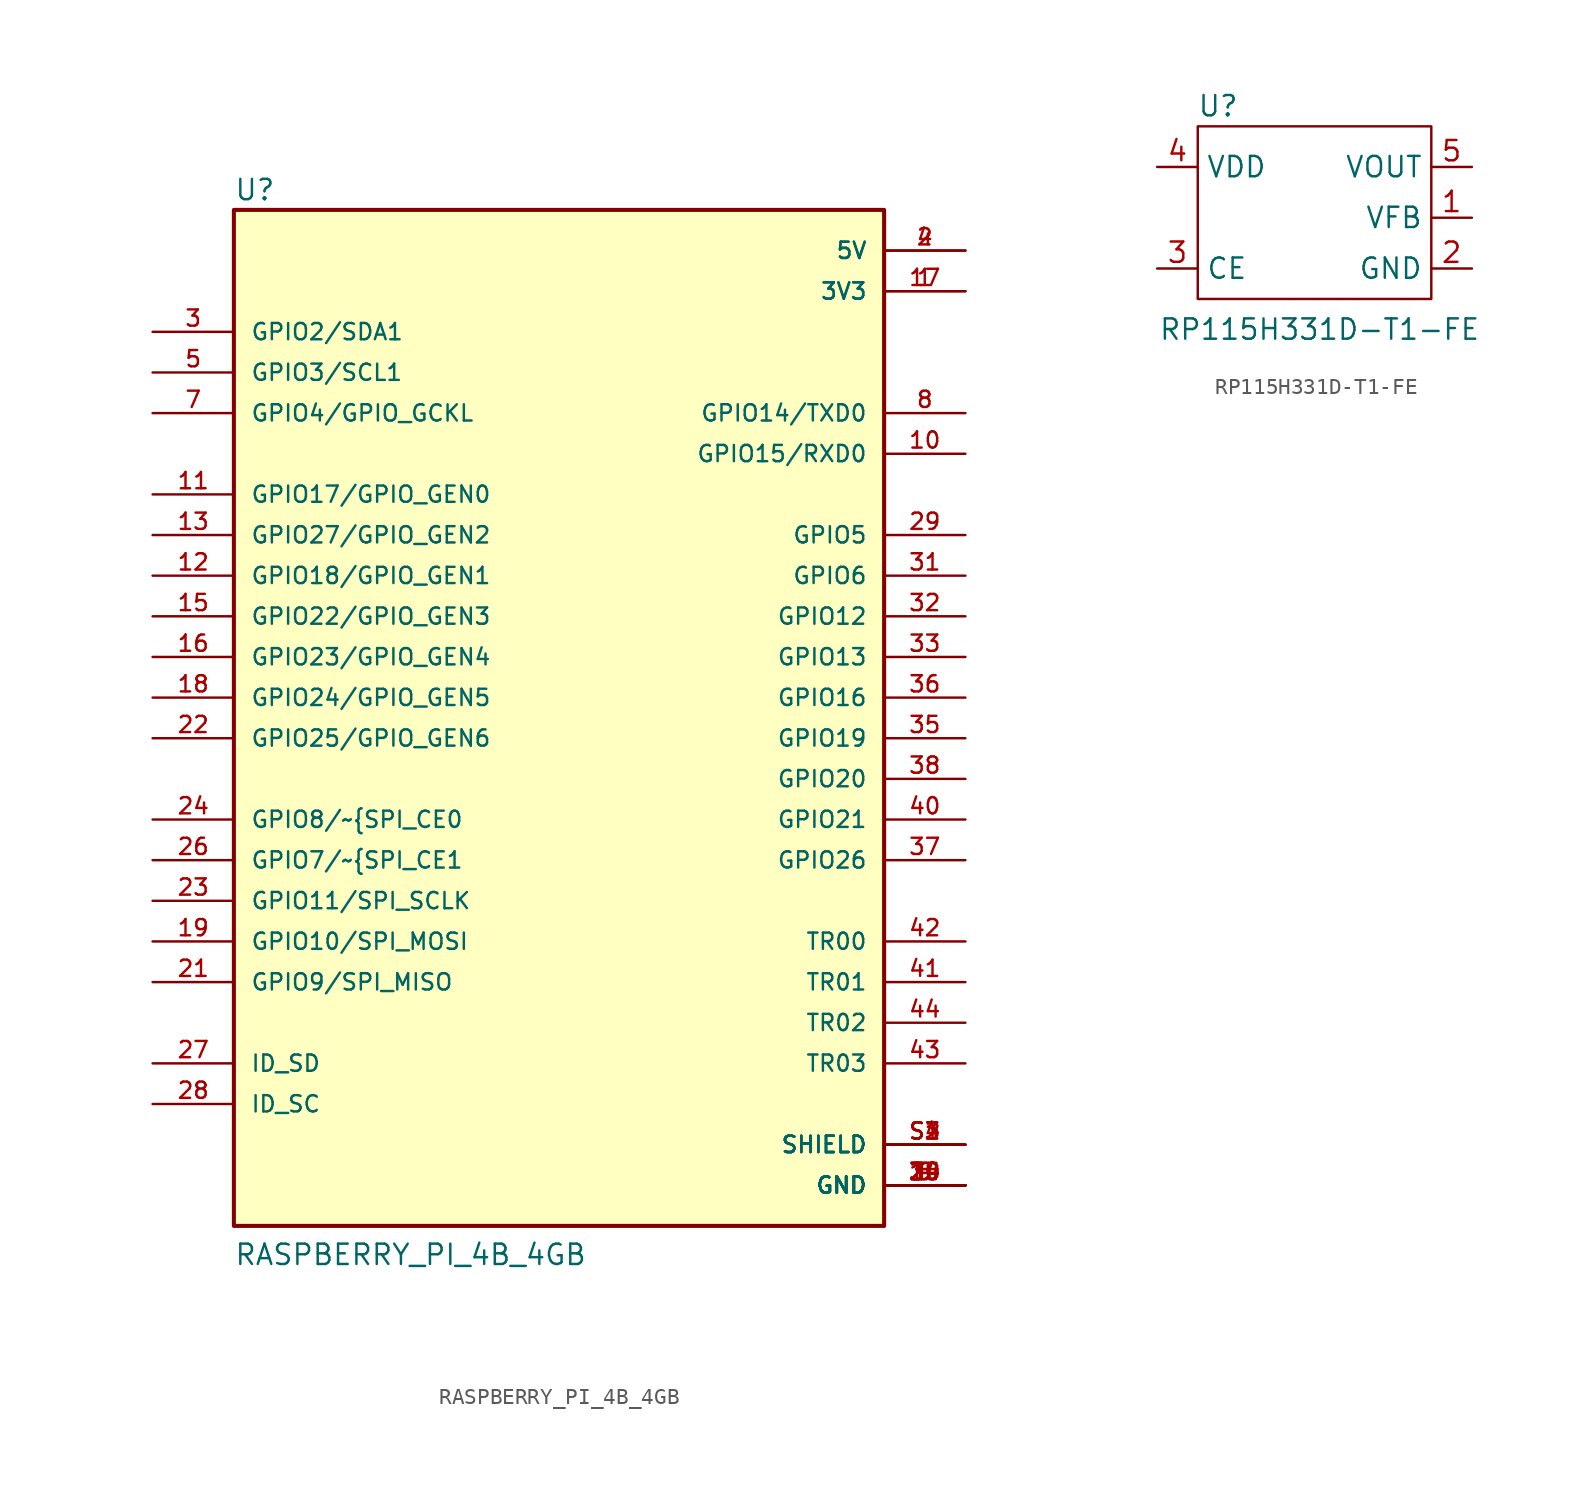
<source format=kicad_sym>
(kicad_symbol_lib
  (version 20211014)
  (generator kicad_symbol_editor)
  (symbol "RASPBERRY_PI_4B_4GB"
    (pin_names
      (offset 1.016))
    (property "Reference" "U"
      (at -20.32 33.528 0)
      (effects (font (size 1.27 1.27)) (justify left bottom)))
    (property "Value" "RASPBERRY_PI_4B_4GB"
      (at -20.32 -33.02 0)
      (effects (font (size 1.27 1.27)) (justify left bottom)))
    (symbol "RASPBERRY_PI_4B_4GB_0_0"
      (rectangle (start -20.32 -30.48) (end 20.32 33.02) (stroke (width 0.254) (type default) (color 0 0 0 0)) (fill (type background)))
      (pin power_in line (at 25.4 27.94 180) (length 5.08) (name "3V3" (effects (font (size 1.016 1.016)))) (number "1" (effects (font (size 1.016 1.016)))))
      (pin bidirectional line (at 25.4 17.78 180) (length 5.08) (name "GPIO15/RXD0" (effects (font (size 1.016 1.016)))) (number "10" (effects (font (size 1.016 1.016)))))
      (pin bidirectional line (at -25.4 15.24 0) (length 5.08) (name "GPIO17/GPIO_GEN0" (effects (font (size 1.016 1.016)))) (number "11" (effects (font (size 1.016 1.016)))))
      (pin bidirectional line (at -25.4 10.16 0) (length 5.08) (name "GPIO18/GPIO_GEN1" (effects (font (size 1.016 1.016)))) (number "12" (effects (font (size 1.016 1.016)))))
      (pin bidirectional line (at -25.4 12.7 0) (length 5.08) (name "GPIO27/GPIO_GEN2" (effects (font (size 1.016 1.016)))) (number "13" (effects (font (size 1.016 1.016)))))
      (pin power_in line (at 25.4 -27.94 180) (length 5.08) (name "GND" (effects (font (size 1.016 1.016)))) (number "14" (effects (font (size 1.016 1.016)))))
      (pin bidirectional line (at -25.4 7.62 0) (length 5.08) (name "GPIO22/GPIO_GEN3" (effects (font (size 1.016 1.016)))) (number "15" (effects (font (size 1.016 1.016)))))
      (pin bidirectional line (at -25.4 5.08 0) (length 5.08) (name "GPIO23/GPIO_GEN4" (effects (font (size 1.016 1.016)))) (number "16" (effects (font (size 1.016 1.016)))))
      (pin power_in line (at 25.4 27.94 180) (length 5.08) (name "3V3" (effects (font (size 1.016 1.016)))) (number "17" (effects (font (size 1.016 1.016)))))
      (pin bidirectional line (at -25.4 2.54 0) (length 5.08) (name "GPIO24/GPIO_GEN5" (effects (font (size 1.016 1.016)))) (number "18" (effects (font (size 1.016 1.016)))))
      (pin bidirectional line (at -25.4 -12.7 0) (length 5.08) (name "GPIO10/SPI_MOSI" (effects (font (size 1.016 1.016)))) (number "19" (effects (font (size 1.016 1.016)))))
      (pin power_in line (at 25.4 30.48 180) (length 5.08) (name "5V" (effects (font (size 1.016 1.016)))) (number "2" (effects (font (size 1.016 1.016)))))
      (pin power_in line (at 25.4 -27.94 180) (length 5.08) (name "GND" (effects (font (size 1.016 1.016)))) (number "20" (effects (font (size 1.016 1.016)))))
      (pin bidirectional line (at -25.4 -15.24 0) (length 5.08) (name "GPIO9/SPI_MISO" (effects (font (size 1.016 1.016)))) (number "21" (effects (font (size 1.016 1.016)))))
      (pin bidirectional line (at -25.4 0 0) (length 5.08) (name "GPIO25/GPIO_GEN6" (effects (font (size 1.016 1.016)))) (number "22" (effects (font (size 1.016 1.016)))))
      (pin bidirectional line (at -25.4 -10.16 0) (length 5.08) (name "GPIO11/SPI_SCLK" (effects (font (size 1.016 1.016)))) (number "23" (effects (font (size 1.016 1.016)))))
      (pin bidirectional line (at -25.4 -5.08 0) (length 5.08) (name "GPIO8/~{SPI_CE0~{}" (effects (font (size 1.016 1.016)))) (number "24" (effects (font (size 1.016 1.016)))))
      (pin power_in line (at 25.4 -27.94 180) (length 5.08) (name "GND" (effects (font (size 1.016 1.016)))) (number "25" (effects (font (size 1.016 1.016)))))
      (pin bidirectional line (at -25.4 -7.62 0) (length 5.08) (name "GPIO7/~{SPI_CE1~{}" (effects (font (size 1.016 1.016)))) (number "26" (effects (font (size 1.016 1.016)))))
      (pin bidirectional line (at -25.4 -20.32 0) (length 5.08) (name "ID_SD" (effects (font (size 1.016 1.016)))) (number "27" (effects (font (size 1.016 1.016)))))
      (pin bidirectional line (at -25.4 -22.86 0) (length 5.08) (name "ID_SC" (effects (font (size 1.016 1.016)))) (number "28" (effects (font (size 1.016 1.016)))))
      (pin bidirectional line (at 25.4 12.7 180) (length 5.08) (name "GPIO5" (effects (font (size 1.016 1.016)))) (number "29" (effects (font (size 1.016 1.016)))))
      (pin bidirectional line (at -25.4 25.4 0) (length 5.08) (name "GPIO2/SDA1" (effects (font (size 1.016 1.016)))) (number "3" (effects (font (size 1.016 1.016)))))
      (pin power_in line (at 25.4 -27.94 180) (length 5.08) (name "GND" (effects (font (size 1.016 1.016)))) (number "30" (effects (font (size 1.016 1.016)))))
      (pin bidirectional line (at 25.4 10.16 180) (length 5.08) (name "GPIO6" (effects (font (size 1.016 1.016)))) (number "31" (effects (font (size 1.016 1.016)))))
      (pin bidirectional line (at 25.4 7.62 180) (length 5.08) (name "GPIO12" (effects (font (size 1.016 1.016)))) (number "32" (effects (font (size 1.016 1.016)))))
      (pin bidirectional line (at 25.4 5.08 180) (length 5.08) (name "GPIO13" (effects (font (size 1.016 1.016)))) (number "33" (effects (font (size 1.016 1.016)))))
      (pin power_in line (at 25.4 -27.94 180) (length 5.08) (name "GND" (effects (font (size 1.016 1.016)))) (number "34" (effects (font (size 1.016 1.016)))))
      (pin bidirectional line (at 25.4 0 180) (length 5.08) (name "GPIO19" (effects (font (size 1.016 1.016)))) (number "35" (effects (font (size 1.016 1.016)))))
      (pin bidirectional line (at 25.4 2.54 180) (length 5.08) (name "GPIO16" (effects (font (size 1.016 1.016)))) (number "36" (effects (font (size 1.016 1.016)))))
      (pin bidirectional line (at 25.4 -7.62 180) (length 5.08) (name "GPIO26" (effects (font (size 1.016 1.016)))) (number "37" (effects (font (size 1.016 1.016)))))
      (pin bidirectional line (at 25.4 -2.54 180) (length 5.08) (name "GPIO20" (effects (font (size 1.016 1.016)))) (number "38" (effects (font (size 1.016 1.016)))))
      (pin power_in line (at 25.4 -27.94 180) (length 5.08) (name "GND" (effects (font (size 1.016 1.016)))) (number "39" (effects (font (size 1.016 1.016)))))
      (pin power_in line (at 25.4 30.48 180) (length 5.08) (name "5V" (effects (font (size 1.016 1.016)))) (number "4" (effects (font (size 1.016 1.016)))))
      (pin bidirectional line (at 25.4 -5.08 180) (length 5.08) (name "GPIO21" (effects (font (size 1.016 1.016)))) (number "40" (effects (font (size 1.016 1.016)))))
      (pin bidirectional line (at 25.4 -15.24 180) (length 5.08) (name "TR01" (effects (font (size 1.016 1.016)))) (number "41" (effects (font (size 1.016 1.016)))))
      (pin bidirectional line (at 25.4 -12.7 180) (length 5.08) (name "TR00" (effects (font (size 1.016 1.016)))) (number "42" (effects (font (size 1.016 1.016)))))
      (pin bidirectional line (at 25.4 -20.32 180) (length 5.08) (name "TR03" (effects (font (size 1.016 1.016)))) (number "43" (effects (font (size 1.016 1.016)))))
      (pin bidirectional line (at 25.4 -17.78 180) (length 5.08) (name "TR02" (effects (font (size 1.016 1.016)))) (number "44" (effects (font (size 1.016 1.016)))))
      (pin bidirectional line (at -25.4 22.86 0) (length 5.08) (name "GPIO3/SCL1" (effects (font (size 1.016 1.016)))) (number "5" (effects (font (size 1.016 1.016)))))
      (pin power_in line (at 25.4 -27.94 180) (length 5.08) (name "GND" (effects (font (size 1.016 1.016)))) (number "6" (effects (font (size 1.016 1.016)))))
      (pin bidirectional line (at -25.4 20.32 0) (length 5.08) (name "GPIO4/GPIO_GCKL" (effects (font (size 1.016 1.016)))) (number "7" (effects (font (size 1.016 1.016)))))
      (pin bidirectional line (at 25.4 20.32 180) (length 5.08) (name "GPIO14/TXD0" (effects (font (size 1.016 1.016)))) (number "8" (effects (font (size 1.016 1.016)))))
      (pin power_in line (at 25.4 -27.94 180) (length 5.08) (name "GND" (effects (font (size 1.016 1.016)))) (number "9" (effects (font (size 1.016 1.016)))))
      (pin power_in line (at 25.4 -25.4 180) (length 5.08) (name "SHIELD" (effects (font (size 1.016 1.016)))) (number "S1" (effects (font (size 1.016 1.016)))))
      (pin power_in line (at 25.4 -25.4 180) (length 5.08) (name "SHIELD" (effects (font (size 1.016 1.016)))) (number "S2" (effects (font (size 1.016 1.016)))))
      (pin power_in line (at 25.4 -25.4 180) (length 5.08) (name "SHIELD" (effects (font (size 1.016 1.016)))) (number "S3" (effects (font (size 1.016 1.016)))))
      (pin power_in line (at 25.4 -25.4 180) (length 5.08) (name "SHIELD" (effects (font (size 1.016 1.016)))) (number "S4" (effects (font (size 1.016 1.016)))))))
  (symbol "RP115H331D-T1-FE"
    (property "Reference" "U"
      (at -6.35 6.985 0)
      (effects (font (size 1.27 1.27))))
    (property "Value" "RP115H331D-T1-FE"
      (at 0 -6.985 0)
      (effects (font (size 1.27 1.27))))
    (symbol "RP115H331D-T1-FE_0_1"
      (rectangle (start -7.62 5.715) (end 6.985 -5.08) (stroke (width 0) (type default) (color 0 0 0 0)) (fill (type none))))
    (symbol "RP115H331D-T1-FE_1_1"
      (pin bidirectional line (at 9.525 0 180) (length 2.54) (name "VFB" (effects (font (size 1.27 1.27)))) (number "1" (effects (font (size 1.27 1.27)))))
      (pin bidirectional line (at 9.525 -3.175 180) (length 2.54) (name "GND" (effects (font (size 1.27 1.27)))) (number "2" (effects (font (size 1.27 1.27)))))
      (pin input line (at -10.16 -3.175 0) (length 2.54) (name "CE" (effects (font (size 1.27 1.27)))) (number "3" (effects (font (size 1.27 1.27)))))
      (pin power_in line (at -10.16 3.175 0) (length 2.54) (name "VDD" (effects (font (size 1.27 1.27)))) (number "4" (effects (font (size 1.27 1.27)))))
      (pin power_out line (at 9.525 3.175 180) (length 2.54) (name "VOUT" (effects (font (size 1.27 1.27)))) (number "5" (effects (font (size 1.27 1.27))))))))
</source>
